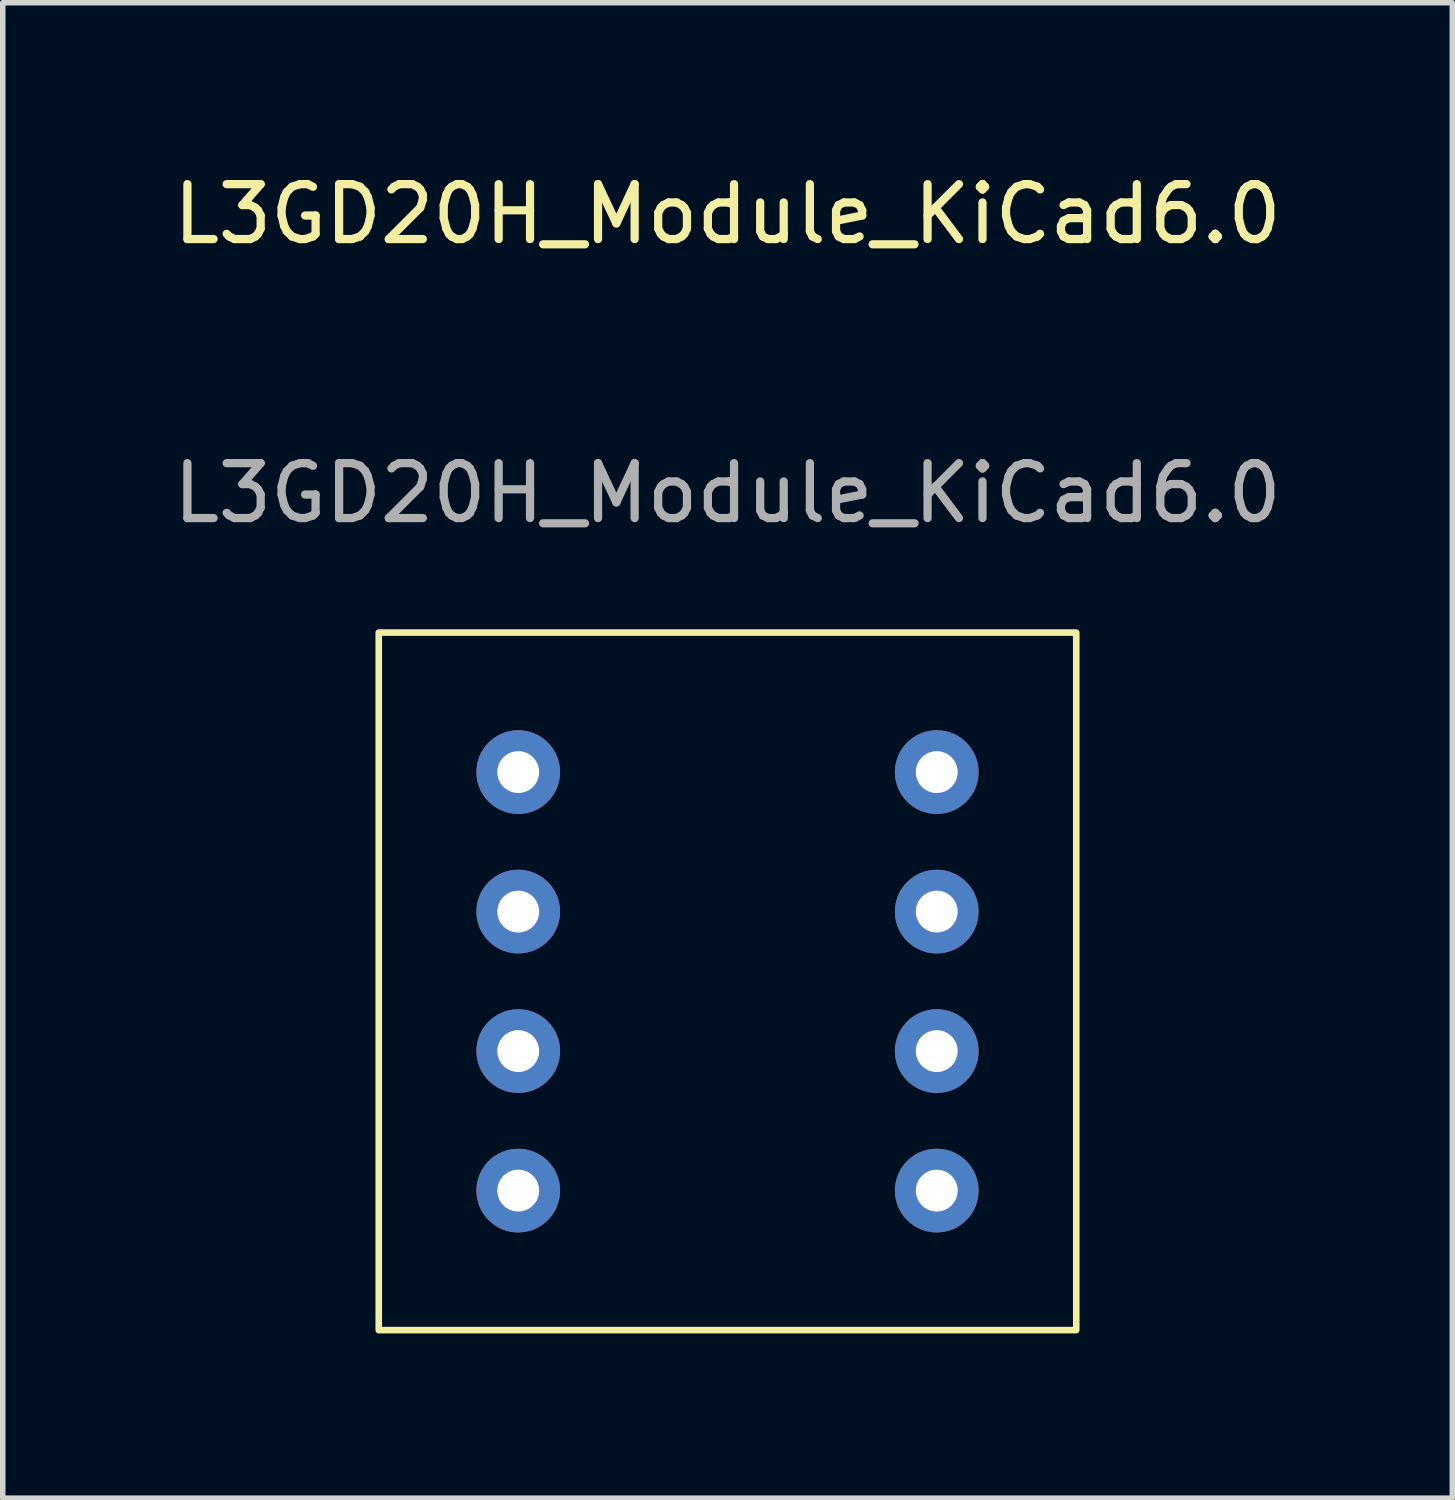
<source format=kicad_pcb>
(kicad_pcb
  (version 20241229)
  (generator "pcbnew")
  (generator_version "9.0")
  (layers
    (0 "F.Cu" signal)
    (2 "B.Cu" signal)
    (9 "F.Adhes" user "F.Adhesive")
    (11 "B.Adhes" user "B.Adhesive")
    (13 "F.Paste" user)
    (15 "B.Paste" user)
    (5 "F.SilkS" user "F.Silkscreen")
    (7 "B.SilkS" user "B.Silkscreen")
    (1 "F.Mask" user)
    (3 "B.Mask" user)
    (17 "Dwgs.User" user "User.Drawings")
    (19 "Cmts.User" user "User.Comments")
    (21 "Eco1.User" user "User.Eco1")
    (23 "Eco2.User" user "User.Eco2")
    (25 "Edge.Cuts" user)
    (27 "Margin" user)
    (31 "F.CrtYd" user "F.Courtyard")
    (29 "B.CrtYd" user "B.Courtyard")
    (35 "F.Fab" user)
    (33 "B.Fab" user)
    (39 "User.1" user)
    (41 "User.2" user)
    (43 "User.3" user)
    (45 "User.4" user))
  (footprint "L3GD20H_Module_KiCad6.0"
    (layer "F.Cu")
    (at 10.196 16.088)
    (property "Reference" "L3GD20H_Module_KiCad6.0" (at 0 -15.24 0) (unlocked yes) (layer "F.SilkS") (effects (font (size 1 1) (thickness 0.15))))
    (attr through_hole)
    (fp_rect (start -6.35 -7.62) (end 6.35 5.08) (stroke (width 0.12) (type solid)) (fill no) (layer "F.SilkS"))
    (fp_text user "${REFERENCE}" (at 0 -10.16 0) (unlocked yes) (layer "F.Fab") (effects (font (size 1 1) (thickness 0.15))))
    (pad "1" thru_hole circle (at -3.81 -5.08) (size 1.524 1.524) (drill 0.762) (layers "*.Cu" "*.Mask"))
    (pad "2" thru_hole circle (at -3.81 -2.54) (size 1.524 1.524) (drill 0.762) (layers "*.Cu" "*.Mask"))
    (pad "3" thru_hole circle (at -3.81 0) (size 1.524 1.524) (drill 0.762) (layers "*.Cu" "*.Mask"))
    (pad "4" thru_hole circle (at -3.81 2.54) (size 1.524 1.524) (drill 0.762) (layers "*.Cu" "*.Mask"))
    (pad "5" thru_hole circle (at 3.81 -5.08) (size 1.524 1.524) (drill 0.762) (layers "*.Cu" "*.Mask"))
    (pad "6" thru_hole circle (at 3.81 -2.54) (size 1.524 1.524) (drill 0.762) (layers "*.Cu" "*.Mask"))
    (pad "7" thru_hole circle (at 3.81 0) (size 1.524 1.524) (drill 0.762) (layers "*.Cu" "*.Mask"))
    (pad "8" thru_hole circle (at 3.81 2.54) (size 1.524 1.524) (drill 0.762) (layers "*.Cu" "*.Mask")))
  (gr_rect
    (start -3 -3)
    (end 23.393 24.228)
    (stroke (width 0.1) (type default))
    (fill no)
    (layer "Edge.Cuts")))
</source>
